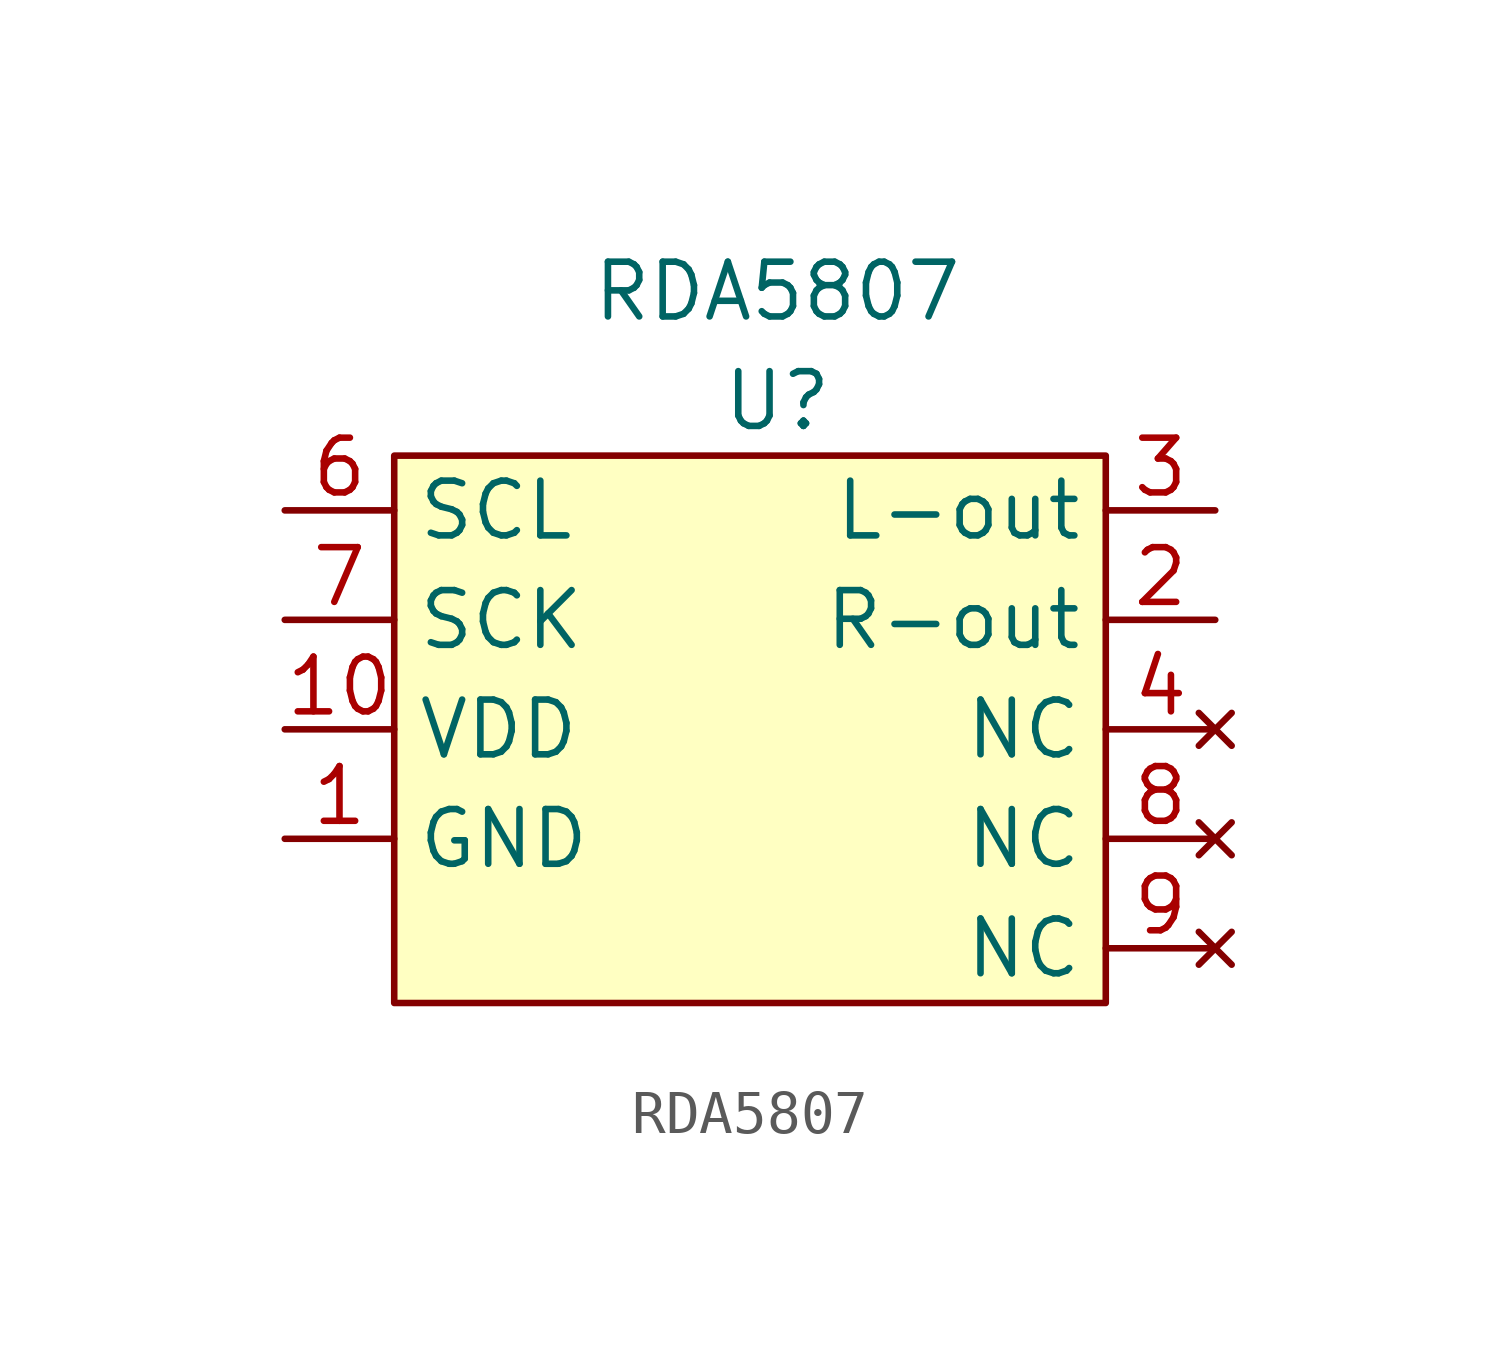
<source format=kicad_sym>
(kicad_symbol_lib
  (version 20211014)
  (generator kicad_symbol_editor)
  (symbol "RDA5807"
    (property "Reference" "U"
      (at 0 13.97 0)
      (effects (font (size 1.27 1.27))))
    (property "Value" "RDA5807"
      (at 0 16.51 0)
      (effects (font (size 1.27 1.27))))
    (symbol "RDA5807_0_1"
      (rectangle (start -8.89 12.7) (end 7.62 0) (stroke (width 0) (type default) (color 0 0 0 0)) (fill (type background))))
    (symbol "RDA5807_1_1"
      (pin power_in line (at -11.43 3.81 0) (length 2.54) (name "GND" (effects (font (size 1.27 1.27)))) (number "1" (effects (font (size 1.27 1.27)))))
      (pin power_in line (at -11.43 6.35 0) (length 2.54) (name "VDD" (effects (font (size 1.27 1.27)))) (number "10" (effects (font (size 1.27 1.27)))))
      (pin output line (at 10.16 8.89 180) (length 2.54) (name "R-out" (effects (font (size 1.27 1.27)))) (number "2" (effects (font (size 1.27 1.27)))))
      (pin output line (at 10.16 11.43 180) (length 2.54) (name "L-out" (effects (font (size 1.27 1.27)))) (number "3" (effects (font (size 1.27 1.27)))))
      (pin no_connect line (at 10.16 6.35 180) (length 2.54) (name "NC" (effects (font (size 1.27 1.27)))) (number "4" (effects (font (size 1.27 1.27)))))
      (pin tri_state line (at -11.43 11.43 0) (length 2.54) (name "SCL" (effects (font (size 1.27 1.27)))) (number "6" (effects (font (size 1.27 1.27)))))
      (pin input line (at -11.43 8.89 0) (length 2.54) (name "SCK" (effects (font (size 1.27 1.27)))) (number "7" (effects (font (size 1.27 1.27)))))
      (pin no_connect line (at 10.16 3.81 180) (length 2.54) (name "NC" (effects (font (size 1.27 1.27)))) (number "8" (effects (font (size 1.27 1.27)))))
      (pin no_connect line (at 10.16 1.27 180) (length 2.54) (name "NC" (effects (font (size 1.27 1.27)))) (number "9" (effects (font (size 1.27 1.27))))))))
</source>
